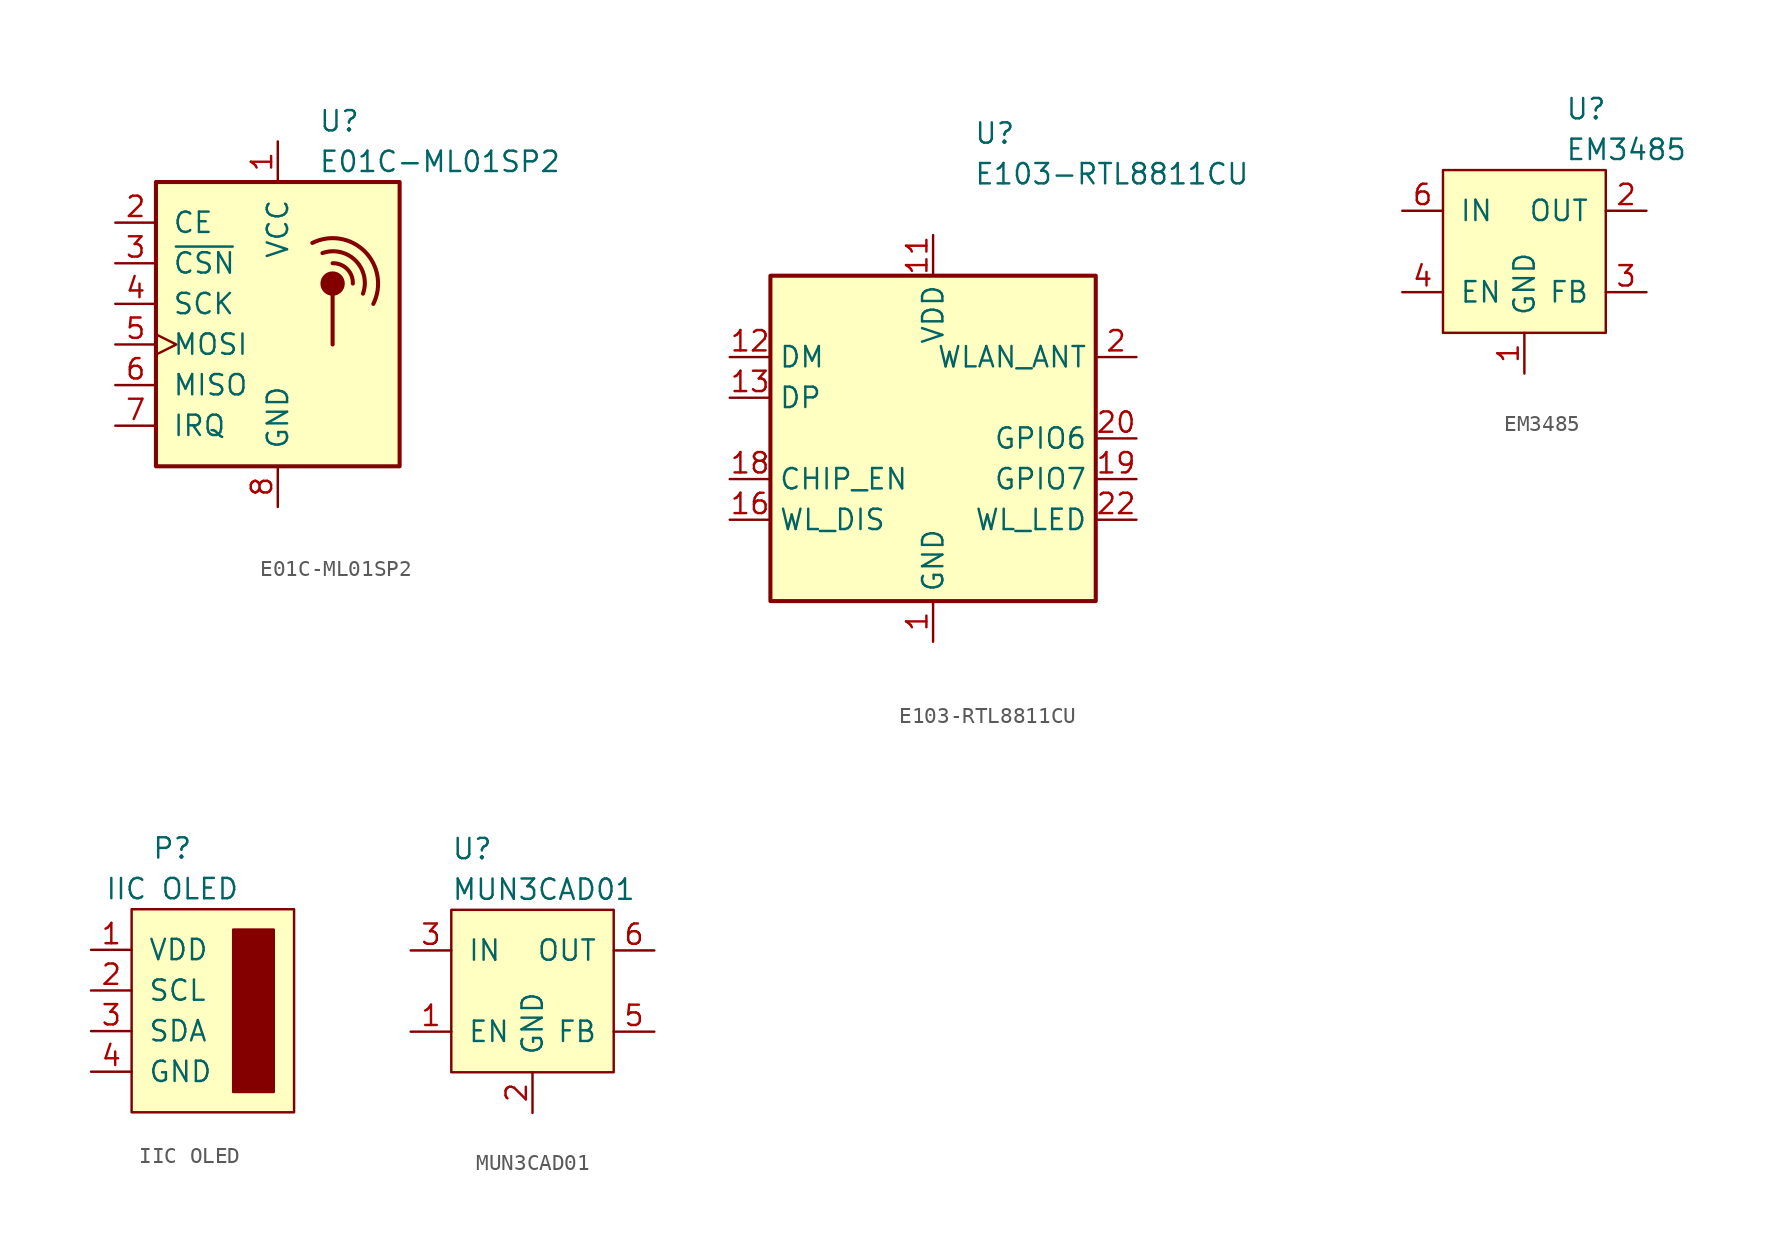
<source format=kicad_sym>
(kicad_symbol_lib
  (version 20241209)
  (generator "kicad_symbol_editor")
  (generator_version "9.0")
  (symbol "E01C-ML01SP2"
    (pin_names
      (offset 1.016))
    (property "Reference" "U"
      (at 2.54 11.43 0)
      (effects (font (size 1.27 1.27)) (justify left)))
    (property "Value" "E01C-ML01SP2"
      (at 2.54 8.89 0)
      (effects (font (size 1.27 1.27)) (justify left)))
    (symbol "E01C-ML01SP2_0_1"
      (rectangle (start -7.62 7.62) (end 7.62 -10.16) (stroke (width 0.254) (type default)) (fill (type background)))
      (arc (start 2.159 3.81) (mid 5.437 3.278) (end 5.969 0) (stroke (width 0.254) (type default)) (fill (type none)))
      (circle (center 3.429 1.27) (radius 0.635) (stroke (width 0.254) (type default)) (fill (type outline)))
      (polyline (pts (xy 3.429 0.635) (xy 3.429 -2.54)) (stroke (width 0.254) (type default)) (fill (type none)))
      (arc (start 2.794 3.175) (mid 4.8675 2.7085) (end 5.334 0.635) (stroke (width 0.254) (type default)) (fill (type none)))
      (arc (start 3.429 2.54) (mid 4.3398 2.1808) (end 4.699 1.27) (stroke (width 0.254) (type default)) (fill (type none))))
    (symbol "E01C-ML01SP2_1_0"
      (pin power_in line (at 0 -12.7 90) (length 2.54) (hide yes) (name "GND" (effects (font (size 1.27 1.27)))) (number "10" (effects (font (size 1.27 1.27)))))
      (pin power_in line (at 0 -12.7 90) (length 2.54) (hide yes) (name "GND" (effects (font (size 1.27 1.27)))) (number "9" (effects (font (size 1.27 1.27))))))
    (symbol "E01C-ML01SP2_1_1"
      (pin input line (at -10.16 5.08 0) (length 2.54) (name "CE" (effects (font (size 1.27 1.27)))) (number "2" (effects (font (size 1.27 1.27)))))
      (pin input line (at -10.16 2.54 0) (length 2.54) (name "~{CSN}" (effects (font (size 1.27 1.27)))) (number "3" (effects (font (size 1.27 1.27)))))
      (pin input line (at -10.16 0 0) (length 2.54) (name "SCK" (effects (font (size 1.27 1.27)))) (number "4" (effects (font (size 1.27 1.27)))))
      (pin input clock (at -10.16 -2.54 0) (length 2.54) (name "MOSI" (effects (font (size 1.27 1.27)))) (number "5" (effects (font (size 1.27 1.27)))))
      (pin output line (at -10.16 -5.08 0) (length 2.54) (name "MISO" (effects (font (size 1.27 1.27)))) (number "6" (effects (font (size 1.27 1.27)))))
      (pin output line (at -10.16 -7.62 0) (length 2.54) (name "IRQ" (effects (font (size 1.27 1.27)))) (number "7" (effects (font (size 1.27 1.27)))))
      (pin power_in line (at 0 10.16 270) (length 2.54) (name "VCC" (effects (font (size 1.27 1.27)))) (number "1" (effects (font (size 1.27 1.27)))))
      (pin power_in line (at 0 -12.7 90) (length 2.54) (name "GND" (effects (font (size 1.27 1.27)))) (number "8" (effects (font (size 1.27 1.27)))))))
  (symbol "E103-RTL8811CU"
    (property "Reference" "U"
      (at 2.54 19.05 0)
      (effects (font (size 1.27 1.27)) (justify left)))
    (property "Value" "E103-RTL8811CU"
      (at 2.54 16.51 0)
      (effects (font (size 1.27 1.27)) (justify left)))
    (symbol "E103-RTL8811CU_0_1"
      (rectangle (start -10.16 10.16) (end 10.16 -10.16) (stroke (width 0.254) (type default)) (fill (type background))))
    (symbol "E103-RTL8811CU_1_1"
      (pin bidirectional line (at -12.7 5.08 0) (length 2.54) (name "DM" (effects (font (size 1.27 1.27)))) (number "12" (effects (font (size 1.27 1.27)))))
      (pin bidirectional line (at -12.7 2.54 0) (length 2.54) (name "DP" (effects (font (size 1.27 1.27)))) (number "13" (effects (font (size 1.27 1.27)))))
      (pin input line (at -12.7 -2.54 0) (length 2.54) (name "CHIP_EN" (effects (font (size 1.27 1.27)))) (number "18" (effects (font (size 1.27 1.27)))))
      (pin input line (at -12.7 -5.08 0) (length 2.54) (name "WL_DIS" (effects (font (size 1.27 1.27)))) (number "16" (effects (font (size 1.27 1.27)))))
      (pin no_connect line (at -5.08 12.7 270) (length 2.54) (hide yes) (name "NC" (effects (font (size 1.27 1.27)))) (number "10" (effects (font (size 1.27 1.27)))))
      (pin no_connect line (at -5.08 12.7 270) (length 2.54) (hide yes) (name "NC" (effects (font (size 1.27 1.27)))) (number "15" (effects (font (size 1.27 1.27)))))
      (pin no_connect line (at -5.08 12.7 270) (length 2.54) (hide yes) (name "NC" (effects (font (size 1.27 1.27)))) (number "17" (effects (font (size 1.27 1.27)))))
      (pin no_connect line (at -5.08 12.7 270) (length 2.54) (hide yes) (name "NC" (effects (font (size 1.27 1.27)))) (number "21" (effects (font (size 1.27 1.27)))))
      (pin no_connect line (at -5.08 12.7 270) (length 2.54) (hide yes) (name "NC" (effects (font (size 1.27 1.27)))) (number "3" (effects (font (size 1.27 1.27)))))
      (pin no_connect line (at -5.08 12.7 270) (length 2.54) (hide yes) (name "NC" (effects (font (size 1.27 1.27)))) (number "5" (effects (font (size 1.27 1.27)))))
      (pin no_connect line (at -5.08 12.7 270) (length 2.54) (hide yes) (name "NC" (effects (font (size 1.27 1.27)))) (number "6" (effects (font (size 1.27 1.27)))))
      (pin no_connect line (at -5.08 12.7 270) (length 2.54) (hide yes) (name "NC" (effects (font (size 1.27 1.27)))) (number "7" (effects (font (size 1.27 1.27)))))
      (pin no_connect line (at -5.08 12.7 270) (length 2.54) (hide yes) (name "NC" (effects (font (size 1.27 1.27)))) (number "8" (effects (font (size 1.27 1.27)))))
      (pin no_connect line (at -5.08 12.7 270) (length 2.54) (hide yes) (name "NC" (effects (font (size 1.27 1.27)))) (number "9" (effects (font (size 1.27 1.27)))))
      (pin power_in line (at 0 12.7 270) (length 2.54) (name "VDD" (effects (font (size 1.27 1.27)))) (number "11" (effects (font (size 1.27 1.27)))))
      (pin power_in line (at 0 -12.7 90) (length 2.54) (name "GND" (effects (font (size 1.27 1.27)))) (number "1" (effects (font (size 1.27 1.27)))))
      (pin power_in line (at 0 -12.7 90) (length 2.54) (hide yes) (name "GND" (effects (font (size 1.27 1.27)))) (number "14" (effects (font (size 1.27 1.27)))))
      (pin power_in line (at 0 -12.7 90) (length 2.54) (hide yes) (name "GND" (effects (font (size 1.27 1.27)))) (number "4" (effects (font (size 1.27 1.27)))))
      (pin bidirectional line (at 12.7 5.08 180) (length 2.54) (name "WLAN_ANT" (effects (font (size 1.27 1.27)))) (number "2" (effects (font (size 1.27 1.27)))))
      (pin bidirectional line (at 12.7 0 180) (length 2.54) (name "GPIO6" (effects (font (size 1.27 1.27)))) (number "20" (effects (font (size 1.27 1.27)))))
      (pin bidirectional line (at 12.7 -2.54 180) (length 2.54) (name "GPIO7" (effects (font (size 1.27 1.27)))) (number "19" (effects (font (size 1.27 1.27)))))
      (pin output line (at 12.7 -5.08 180) (length 2.54) (name "WL_LED" (effects (font (size 1.27 1.27)))) (number "22" (effects (font (size 1.27 1.27)))))))
  (symbol "EM3485"
    (pin_names
      (offset 1.016))
    (property "Reference" "U"
      (at 2.54 8.89 0)
      (effects (font (size 1.27 1.27)) (justify left)))
    (property "Value" "EM3485"
      (at 2.54 6.35 0)
      (effects (font (size 1.27 1.27)) (justify left)))
    (symbol "EM3485_0_1"
      (rectangle (start -5.08 5.08) (end 5.08 -5.08) (stroke (width 0) (type default)) (fill (type background))))
    (symbol "EM3485_1_1"
      (pin power_in line (at -7.62 2.54 0) (length 2.54) (name "IN" (effects (font (size 1.27 1.27)))) (number "6" (effects (font (size 1.27 1.27)))))
      (pin no_connect line (at -7.62 0 0) (length 2.54) (hide yes) (name "SW" (effects (font (size 1.27 1.27)))) (number "5" (effects (font (size 1.27 1.27)))))
      (pin input line (at -7.62 -2.54 0) (length 2.54) (name "EN" (effects (font (size 1.27 1.27)))) (number "4" (effects (font (size 1.27 1.27)))))
      (pin power_in line (at 0 -7.62 90) (length 2.54) (name "GND" (effects (font (size 1.27 1.27)))) (number "1" (effects (font (size 1.27 1.27)))))
      (pin power_in line (at 0 -7.62 90) (length 2.54) (hide yes) (name "GND" (effects (font (size 1.27 1.27)))) (number "7" (effects (font (size 1.27 1.27)))))
      (pin power_out line (at 7.62 2.54 180) (length 2.54) (name "OUT" (effects (font (size 1.27 1.27)))) (number "2" (effects (font (size 1.27 1.27)))))
      (pin input line (at 7.62 -2.54 180) (length 2.54) (name "FB" (effects (font (size 1.27 1.27)))) (number "3" (effects (font (size 1.27 1.27)))))))
  (symbol "IIC OLED"
    (pin_names
      (offset 1.016))
    (property "Reference" "P"
      (at 0 10.16 0)
      (effects (font (size 1.27 1.27))))
    (property "Value" "IIC OLED"
      (at 0 7.62 0)
      (effects (font (size 1.27 1.27))))
    (symbol "IIC OLED_0_1"
      (rectangle (start -2.54 6.35) (end 7.62 -6.35) (stroke (width 0) (type default)) (fill (type background))))
    (symbol "IIC OLED_1_1"
      (rectangle (start 3.81 5.08) (end 6.35 -5.08) (stroke (width 0) (type default)) (fill (type outline)))
      (pin power_in line (at -5.08 3.81 0) (length 2.54) (name "VDD" (effects (font (size 1.27 1.27)))) (number "1" (effects (font (size 1.27 1.27)))))
      (pin input line (at -5.08 1.27 0) (length 2.54) (name "SCL" (effects (font (size 1.27 1.27)))) (number "2" (effects (font (size 1.27 1.27)))))
      (pin input line (at -5.08 -1.27 0) (length 2.54) (name "SDA" (effects (font (size 1.27 1.27)))) (number "3" (effects (font (size 1.27 1.27)))))
      (pin power_in line (at -5.08 -3.81 0) (length 2.54) (name "GND" (effects (font (size 1.27 1.27)))) (number "4" (effects (font (size 1.27 1.27)))))))
  (symbol "MUN3CAD01"
    (pin_names
      (offset 1.016))
    (property "Reference" "U"
      (at -5.08 8.89 0)
      (effects (font (size 1.27 1.27)) (justify left)))
    (property "Value" "MUN3CAD01"
      (at -5.08 6.35 0)
      (effects (font (size 1.27 1.27)) (justify left)))
    (symbol "MUN3CAD01_0_1"
      (rectangle (start -5.08 5.08) (end 5.08 -5.08) (stroke (width 0) (type default)) (fill (type background))))
    (symbol "MUN3CAD01_1_1"
      (pin power_in line (at -7.62 2.54 0) (length 2.54) (name "IN" (effects (font (size 1.27 1.27)))) (number "3" (effects (font (size 1.27 1.27)))))
      (pin input line (at -7.62 -2.54 0) (length 2.54) (name "EN" (effects (font (size 1.27 1.27)))) (number "1" (effects (font (size 1.27 1.27)))))
      (pin power_in line (at 0 -7.62 90) (length 2.54) (name "GND" (effects (font (size 1.27 1.27)))) (number "2" (effects (font (size 1.27 1.27)))))
      (pin power_in line (at 0 -7.62 90) (length 2.54) (hide yes) (name "GND" (effects (font (size 1.27 1.27)))) (number "4" (effects (font (size 1.27 1.27)))))
      (pin power_out line (at 7.62 2.54 180) (length 2.54) (name "OUT" (effects (font (size 1.27 1.27)))) (number "6" (effects (font (size 1.27 1.27)))))
      (pin input line (at 7.62 -2.54 180) (length 2.54) (name "FB" (effects (font (size 1.27 1.27)))) (number "5" (effects (font (size 1.27 1.27))))))))
</source>
